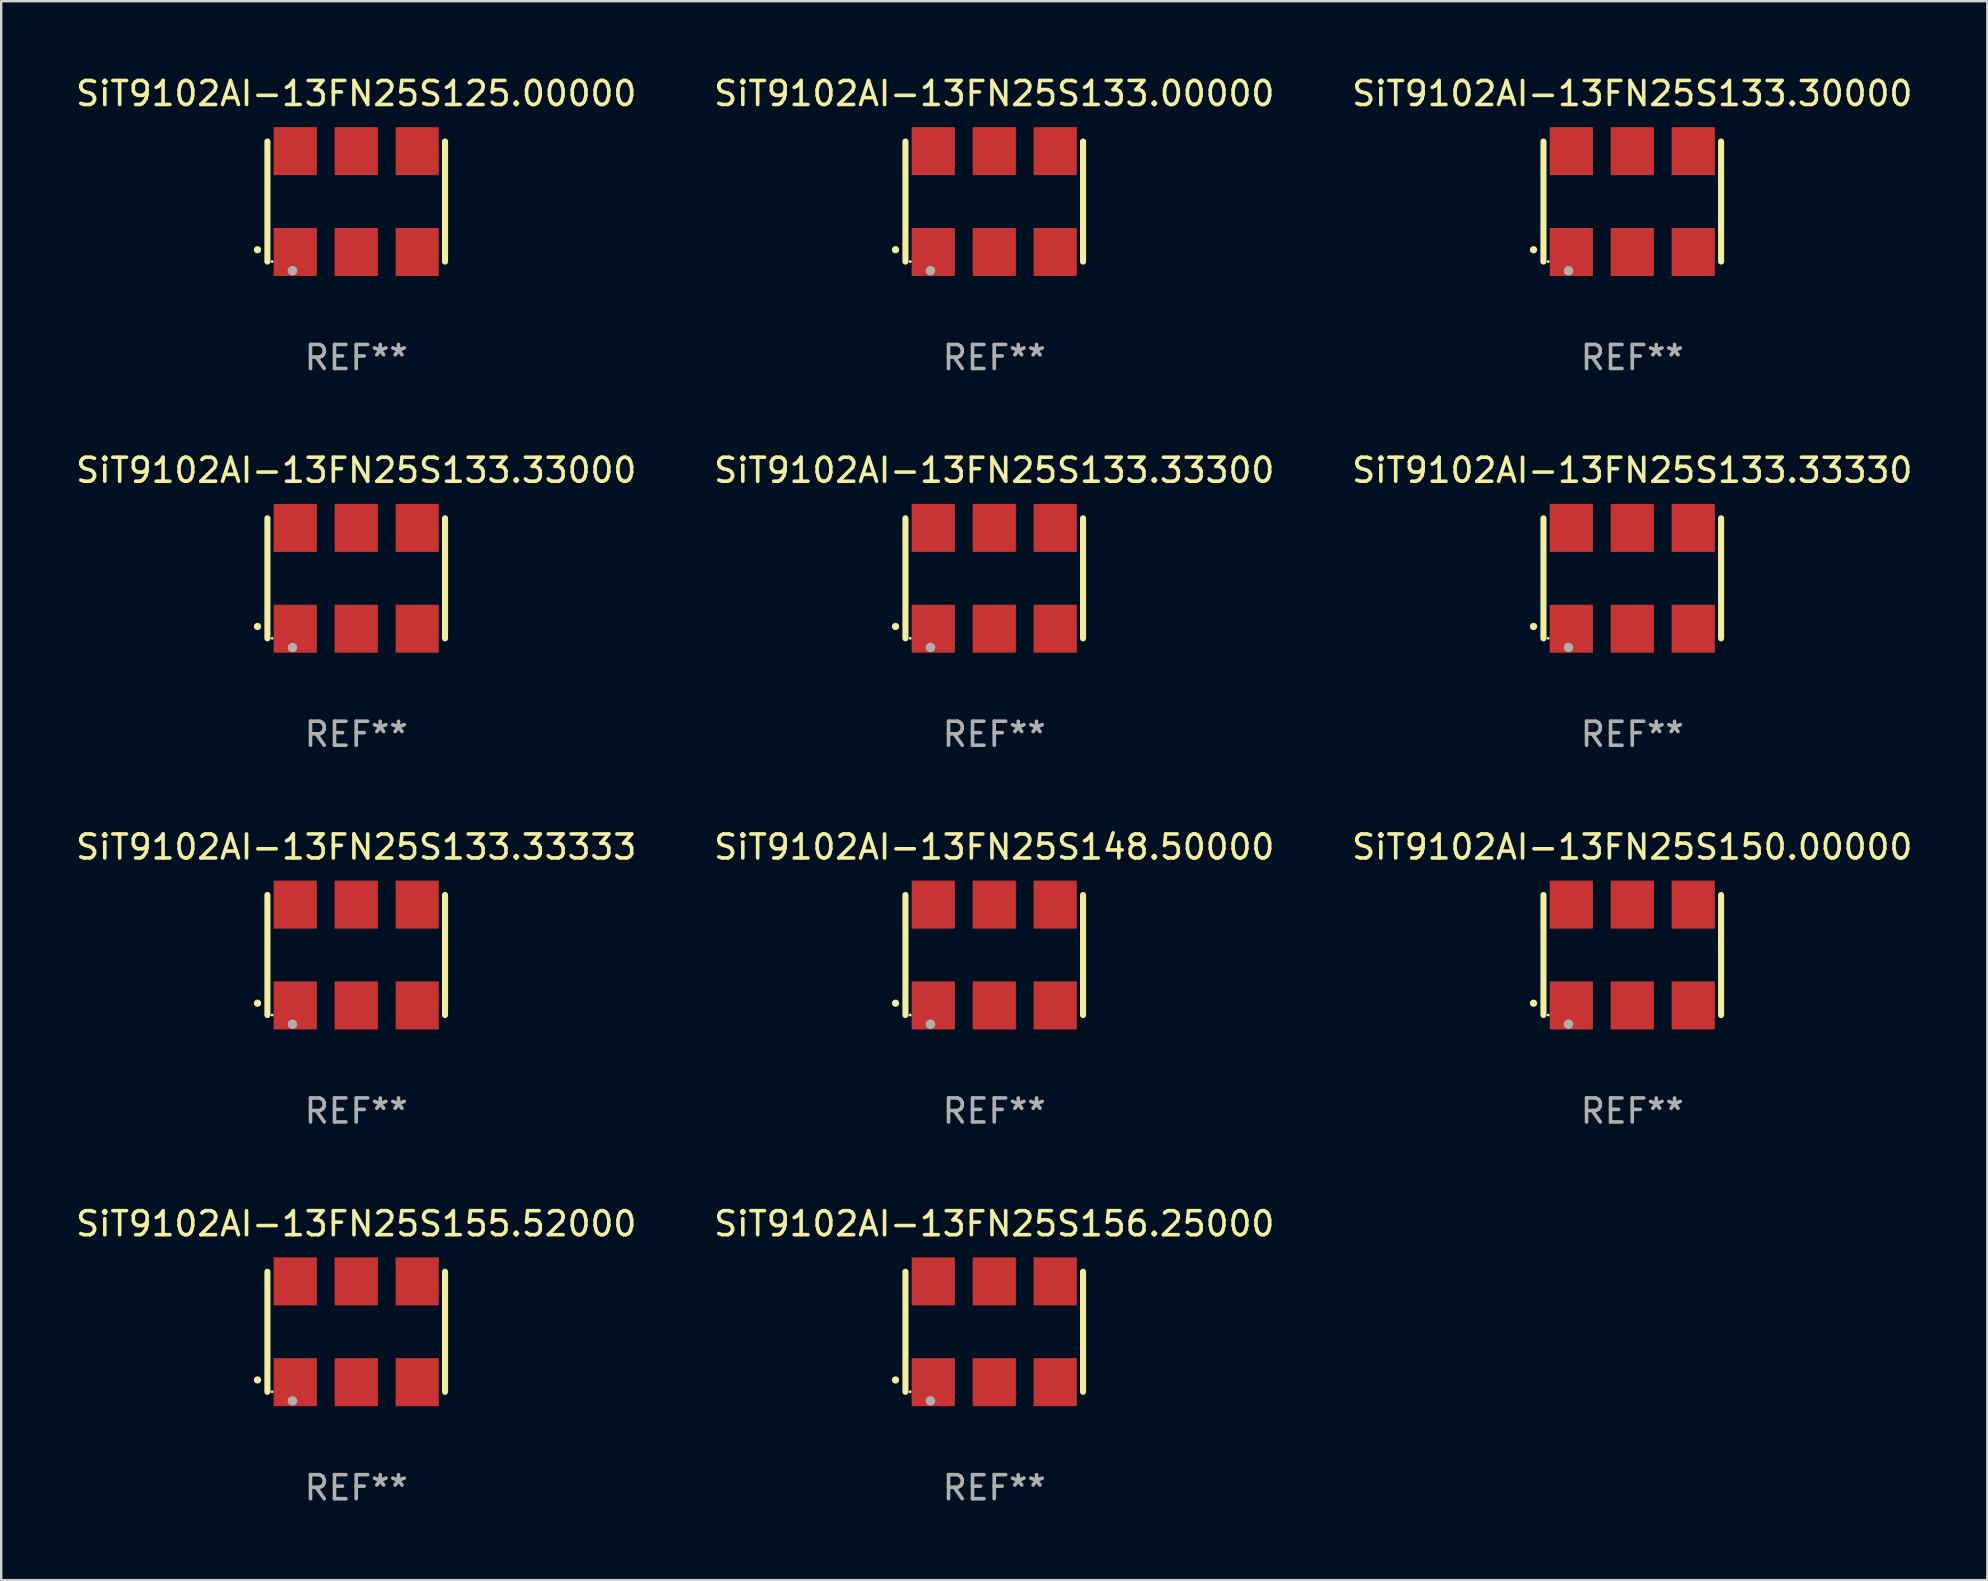
<source format=kicad_pcb>
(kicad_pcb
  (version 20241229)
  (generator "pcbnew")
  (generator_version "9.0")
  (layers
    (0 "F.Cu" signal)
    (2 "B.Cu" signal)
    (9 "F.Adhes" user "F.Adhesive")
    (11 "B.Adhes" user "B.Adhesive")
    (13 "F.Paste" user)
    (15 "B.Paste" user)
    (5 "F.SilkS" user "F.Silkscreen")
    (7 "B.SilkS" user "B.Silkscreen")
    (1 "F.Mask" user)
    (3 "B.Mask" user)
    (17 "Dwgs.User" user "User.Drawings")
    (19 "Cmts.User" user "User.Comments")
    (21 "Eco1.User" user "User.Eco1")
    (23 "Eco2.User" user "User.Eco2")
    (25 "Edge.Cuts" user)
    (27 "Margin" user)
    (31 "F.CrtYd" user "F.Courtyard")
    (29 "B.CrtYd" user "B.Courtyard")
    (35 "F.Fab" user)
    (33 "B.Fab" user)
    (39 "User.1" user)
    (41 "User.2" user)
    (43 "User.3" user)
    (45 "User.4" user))
  (footprint "SiT9102AI-13FN25S133.00000"
    (layer "F.Cu")
    (at 38.375 5.348)
    (property "Reference" "SiT9102AI-13FN25S133.00000" (at 0 -4.5 0) (layer "F.SilkS") (effects (font (size 1 1) (thickness 0.15))))
    (attr through_hole)
    (fp_line (start -3.7 -2.5) (end -3.7 2.5) (stroke (width 0.254) (type solid)) (layer "F.SilkS"))
    (fp_line (start 3.7 -2.5) (end 3.7 2.5) (stroke (width 0.254) (type solid)) (layer "F.SilkS"))
    (fp_arc (start -4.114415 2.006604) (mid -4.113145 2.006599) (end -4.111875 2.006604) (stroke (width 0.3) (type solid)) (layer "F.SilkS"))
    (fp_circle (center -3.502 2.5) (end -3.472 2.5) (stroke (width 0.06) (type solid)) (fill no) (layer "F.SilkS"))
    (fp_circle (center -2.657 2.882) (end -2.557 2.882) (stroke (width 0.2) (type solid)) (fill no) (layer "F.Fab"))
    (fp_text user "REF**" (at 0 6.5 0) (layer "F.Fab") (effects (font (size 1 1) (thickness 0.15))))
    (pad "1" smd rect (at -2.54 2.1) (size 1.8 2) (layers "F.Cu" "F.Mask" "F.Paste"))
    (pad "2" smd rect (at 0.000394 2.1) (size 1.8 2) (layers "F.Cu" "F.Mask" "F.Paste"))
    (pad "3" smd rect (at 2.54 2.1) (size 1.8 2) (layers "F.Cu" "F.Mask" "F.Paste"))
    (pad "4" smd rect (at 2.54 -2.1) (size 1.8 2) (layers "F.Cu" "F.Mask" "F.Paste"))
    (pad "5" smd rect (at 0.000394 -2.1) (size 1.8 2) (layers "F.Cu" "F.Mask" "F.Paste"))
    (pad "6" smd rect (at -2.54 -2.1) (size 1.8 2) (layers "F.Cu" "F.Mask" "F.Paste")))
  (footprint "SiT9102AI-13FN25S156.25000"
    (layer "F.Cu")
    (at 38.375 52.438)
    (property "Reference" "SiT9102AI-13FN25S156.25000" (at 0 -4.5 0) (layer "F.SilkS") (effects (font (size 1 1) (thickness 0.15))))
    (attr through_hole)
    (fp_line (start -3.7 -2.5) (end -3.7 2.5) (stroke (width 0.254) (type solid)) (layer "F.SilkS"))
    (fp_line (start 3.7 -2.5) (end 3.7 2.5) (stroke (width 0.254) (type solid)) (layer "F.SilkS"))
    (fp_arc (start -4.114415 2.006604) (mid -4.113145 2.006599) (end -4.111875 2.006604) (stroke (width 0.3) (type solid)) (layer "F.SilkS"))
    (fp_circle (center -3.502 2.5) (end -3.472 2.5) (stroke (width 0.06) (type solid)) (fill no) (layer "F.SilkS"))
    (fp_circle (center -2.657 2.882) (end -2.557 2.882) (stroke (width 0.2) (type solid)) (fill no) (layer "F.Fab"))
    (fp_text user "REF**" (at 0 6.5 0) (layer "F.Fab") (effects (font (size 1 1) (thickness 0.15))))
    (pad "1" smd rect (at -2.54 2.1) (size 1.8 2) (layers "F.Cu" "F.Mask" "F.Paste"))
    (pad "2" smd rect (at 0.000394 2.1) (size 1.8 2) (layers "F.Cu" "F.Mask" "F.Paste"))
    (pad "3" smd rect (at 2.54 2.1) (size 1.8 2) (layers "F.Cu" "F.Mask" "F.Paste"))
    (pad "4" smd rect (at 2.54 -2.1) (size 1.8 2) (layers "F.Cu" "F.Mask" "F.Paste"))
    (pad "5" smd rect (at 0.000394 -2.1) (size 1.8 2) (layers "F.Cu" "F.Mask" "F.Paste"))
    (pad "6" smd rect (at -2.54 -2.1) (size 1.8 2) (layers "F.Cu" "F.Mask" "F.Paste")))
  (footprint "SiT9102AI-13FN25S148.50000"
    (layer "F.Cu")
    (at 38.375 36.741)
    (property "Reference" "SiT9102AI-13FN25S148.50000" (at 0 -4.5 0) (layer "F.SilkS") (effects (font (size 1 1) (thickness 0.15))))
    (attr through_hole)
    (fp_line (start -3.7 -2.5) (end -3.7 2.5) (stroke (width 0.254) (type solid)) (layer "F.SilkS"))
    (fp_line (start 3.7 -2.5) (end 3.7 2.5) (stroke (width 0.254) (type solid)) (layer "F.SilkS"))
    (fp_arc (start -4.114415 2.006604) (mid -4.113145 2.006599) (end -4.111875 2.006604) (stroke (width 0.3) (type solid)) (layer "F.SilkS"))
    (fp_circle (center -3.502 2.5) (end -3.472 2.5) (stroke (width 0.06) (type solid)) (fill no) (layer "F.SilkS"))
    (fp_circle (center -2.657 2.882) (end -2.557 2.882) (stroke (width 0.2) (type solid)) (fill no) (layer "F.Fab"))
    (fp_text user "REF**" (at 0 6.5 0) (layer "F.Fab") (effects (font (size 1 1) (thickness 0.15))))
    (pad "1" smd rect (at -2.54 2.1) (size 1.8 2) (layers "F.Cu" "F.Mask" "F.Paste"))
    (pad "2" smd rect (at 0.000394 2.1) (size 1.8 2) (layers "F.Cu" "F.Mask" "F.Paste"))
    (pad "3" smd rect (at 2.54 2.1) (size 1.8 2) (layers "F.Cu" "F.Mask" "F.Paste"))
    (pad "4" smd rect (at 2.54 -2.1) (size 1.8 2) (layers "F.Cu" "F.Mask" "F.Paste"))
    (pad "5" smd rect (at 0.000394 -2.1) (size 1.8 2) (layers "F.Cu" "F.Mask" "F.Paste"))
    (pad "6" smd rect (at -2.54 -2.1) (size 1.8 2) (layers "F.Cu" "F.Mask" "F.Paste")))
  (footprint "SiT9102AI-13FN25S125.00000"
    (layer "F.Cu")
    (at 11.792 5.348)
    (property "Reference" "SiT9102AI-13FN25S125.00000" (at 0 -4.5 0) (layer "F.SilkS") (effects (font (size 1 1) (thickness 0.15))))
    (attr through_hole)
    (fp_line (start -3.7 -2.5) (end -3.7 2.5) (stroke (width 0.254) (type solid)) (layer "F.SilkS"))
    (fp_line (start 3.7 -2.5) (end 3.7 2.5) (stroke (width 0.254) (type solid)) (layer "F.SilkS"))
    (fp_arc (start -4.114415 2.006604) (mid -4.113145 2.006599) (end -4.111875 2.006604) (stroke (width 0.3) (type solid)) (layer "F.SilkS"))
    (fp_circle (center -3.502 2.5) (end -3.472 2.5) (stroke (width 0.06) (type solid)) (fill no) (layer "F.SilkS"))
    (fp_circle (center -2.657 2.882) (end -2.557 2.882) (stroke (width 0.2) (type solid)) (fill no) (layer "F.Fab"))
    (fp_text user "REF**" (at 0 6.5 0) (layer "F.Fab") (effects (font (size 1 1) (thickness 0.15))))
    (pad "1" smd rect (at -2.54 2.1) (size 1.8 2) (layers "F.Cu" "F.Mask" "F.Paste"))
    (pad "2" smd rect (at 0.000394 2.1) (size 1.8 2) (layers "F.Cu" "F.Mask" "F.Paste"))
    (pad "3" smd rect (at 2.54 2.1) (size 1.8 2) (layers "F.Cu" "F.Mask" "F.Paste"))
    (pad "4" smd rect (at 2.54 -2.1) (size 1.8 2) (layers "F.Cu" "F.Mask" "F.Paste"))
    (pad "5" smd rect (at 0.000394 -2.1) (size 1.8 2) (layers "F.Cu" "F.Mask" "F.Paste"))
    (pad "6" smd rect (at -2.54 -2.1) (size 1.8 2) (layers "F.Cu" "F.Mask" "F.Paste")))
  (footprint "SiT9102AI-13FN25S133.33333"
    (layer "F.Cu")
    (at 11.792 36.741)
    (property "Reference" "SiT9102AI-13FN25S133.33333" (at 0 -4.5 0) (layer "F.SilkS") (effects (font (size 1 1) (thickness 0.15))))
    (attr through_hole)
    (fp_line (start -3.7 -2.5) (end -3.7 2.5) (stroke (width 0.254) (type solid)) (layer "F.SilkS"))
    (fp_line (start 3.7 -2.5) (end 3.7 2.5) (stroke (width 0.254) (type solid)) (layer "F.SilkS"))
    (fp_arc (start -4.114415 2.006604) (mid -4.113145 2.006599) (end -4.111875 2.006604) (stroke (width 0.3) (type solid)) (layer "F.SilkS"))
    (fp_circle (center -3.502 2.5) (end -3.472 2.5) (stroke (width 0.06) (type solid)) (fill no) (layer "F.SilkS"))
    (fp_circle (center -2.657 2.882) (end -2.557 2.882) (stroke (width 0.2) (type solid)) (fill no) (layer "F.Fab"))
    (fp_text user "REF**" (at 0 6.5 0) (layer "F.Fab") (effects (font (size 1 1) (thickness 0.15))))
    (pad "1" smd rect (at -2.54 2.1) (size 1.8 2) (layers "F.Cu" "F.Mask" "F.Paste"))
    (pad "2" smd rect (at 0.000394 2.1) (size 1.8 2) (layers "F.Cu" "F.Mask" "F.Paste"))
    (pad "3" smd rect (at 2.54 2.1) (size 1.8 2) (layers "F.Cu" "F.Mask" "F.Paste"))
    (pad "4" smd rect (at 2.54 -2.1) (size 1.8 2) (layers "F.Cu" "F.Mask" "F.Paste"))
    (pad "5" smd rect (at 0.000394 -2.1) (size 1.8 2) (layers "F.Cu" "F.Mask" "F.Paste"))
    (pad "6" smd rect (at -2.54 -2.1) (size 1.8 2) (layers "F.Cu" "F.Mask" "F.Paste")))
  (footprint "SiT9102AI-13FN25S155.52000"
    (layer "F.Cu")
    (at 11.792 52.438)
    (property "Reference" "SiT9102AI-13FN25S155.52000" (at 0 -4.5 0) (layer "F.SilkS") (effects (font (size 1 1) (thickness 0.15))))
    (attr through_hole)
    (fp_line (start -3.7 -2.5) (end -3.7 2.5) (stroke (width 0.254) (type solid)) (layer "F.SilkS"))
    (fp_line (start 3.7 -2.5) (end 3.7 2.5) (stroke (width 0.254) (type solid)) (layer "F.SilkS"))
    (fp_arc (start -4.114415 2.006604) (mid -4.113145 2.006599) (end -4.111875 2.006604) (stroke (width 0.3) (type solid)) (layer "F.SilkS"))
    (fp_circle (center -3.502 2.5) (end -3.472 2.5) (stroke (width 0.06) (type solid)) (fill no) (layer "F.SilkS"))
    (fp_circle (center -2.657 2.882) (end -2.557 2.882) (stroke (width 0.2) (type solid)) (fill no) (layer "F.Fab"))
    (fp_text user "REF**" (at 0 6.5 0) (layer "F.Fab") (effects (font (size 1 1) (thickness 0.15))))
    (pad "1" smd rect (at -2.54 2.1) (size 1.8 2) (layers "F.Cu" "F.Mask" "F.Paste"))
    (pad "2" smd rect (at 0.000394 2.1) (size 1.8 2) (layers "F.Cu" "F.Mask" "F.Paste"))
    (pad "3" smd rect (at 2.54 2.1) (size 1.8 2) (layers "F.Cu" "F.Mask" "F.Paste"))
    (pad "4" smd rect (at 2.54 -2.1) (size 1.8 2) (layers "F.Cu" "F.Mask" "F.Paste"))
    (pad "5" smd rect (at 0.000394 -2.1) (size 1.8 2) (layers "F.Cu" "F.Mask" "F.Paste"))
    (pad "6" smd rect (at -2.54 -2.1) (size 1.8 2) (layers "F.Cu" "F.Mask" "F.Paste")))
  (footprint "SiT9102AI-13FN25S150.00000"
    (layer "F.Cu")
    (at 64.958 36.741)
    (property "Reference" "SiT9102AI-13FN25S150.00000" (at 0 -4.5 0) (layer "F.SilkS") (effects (font (size 1 1) (thickness 0.15))))
    (attr through_hole)
    (fp_line (start -3.7 -2.5) (end -3.7 2.5) (stroke (width 0.254) (type solid)) (layer "F.SilkS"))
    (fp_line (start 3.7 -2.5) (end 3.7 2.5) (stroke (width 0.254) (type solid)) (layer "F.SilkS"))
    (fp_arc (start -4.114415 2.006604) (mid -4.113145 2.006599) (end -4.111875 2.006604) (stroke (width 0.3) (type solid)) (layer "F.SilkS"))
    (fp_circle (center -3.502 2.5) (end -3.472 2.5) (stroke (width 0.06) (type solid)) (fill no) (layer "F.SilkS"))
    (fp_circle (center -2.657 2.882) (end -2.557 2.882) (stroke (width 0.2) (type solid)) (fill no) (layer "F.Fab"))
    (fp_text user "REF**" (at 0 6.5 0) (layer "F.Fab") (effects (font (size 1 1) (thickness 0.15))))
    (pad "1" smd rect (at -2.54 2.1) (size 1.8 2) (layers "F.Cu" "F.Mask" "F.Paste"))
    (pad "2" smd rect (at 0.000394 2.1) (size 1.8 2) (layers "F.Cu" "F.Mask" "F.Paste"))
    (pad "3" smd rect (at 2.54 2.1) (size 1.8 2) (layers "F.Cu" "F.Mask" "F.Paste"))
    (pad "4" smd rect (at 2.54 -2.1) (size 1.8 2) (layers "F.Cu" "F.Mask" "F.Paste"))
    (pad "5" smd rect (at 0.000394 -2.1) (size 1.8 2) (layers "F.Cu" "F.Mask" "F.Paste"))
    (pad "6" smd rect (at -2.54 -2.1) (size 1.8 2) (layers "F.Cu" "F.Mask" "F.Paste")))
  (footprint "SiT9102AI-13FN25S133.30000"
    (layer "F.Cu")
    (at 64.958 5.348)
    (property "Reference" "SiT9102AI-13FN25S133.30000" (at 0 -4.5 0) (layer "F.SilkS") (effects (font (size 1 1) (thickness 0.15))))
    (attr through_hole)
    (fp_line (start -3.7 -2.5) (end -3.7 2.5) (stroke (width 0.254) (type solid)) (layer "F.SilkS"))
    (fp_line (start 3.7 -2.5) (end 3.7 2.5) (stroke (width 0.254) (type solid)) (layer "F.SilkS"))
    (fp_arc (start -4.114415 2.006604) (mid -4.113145 2.006599) (end -4.111875 2.006604) (stroke (width 0.3) (type solid)) (layer "F.SilkS"))
    (fp_circle (center -3.502 2.5) (end -3.472 2.5) (stroke (width 0.06) (type solid)) (fill no) (layer "F.SilkS"))
    (fp_circle (center -2.657 2.882) (end -2.557 2.882) (stroke (width 0.2) (type solid)) (fill no) (layer "F.Fab"))
    (fp_text user "REF**" (at 0 6.5 0) (layer "F.Fab") (effects (font (size 1 1) (thickness 0.15))))
    (pad "1" smd rect (at -2.54 2.1) (size 1.8 2) (layers "F.Cu" "F.Mask" "F.Paste"))
    (pad "2" smd rect (at 0.000394 2.1) (size 1.8 2) (layers "F.Cu" "F.Mask" "F.Paste"))
    (pad "3" smd rect (at 2.54 2.1) (size 1.8 2) (layers "F.Cu" "F.Mask" "F.Paste"))
    (pad "4" smd rect (at 2.54 -2.1) (size 1.8 2) (layers "F.Cu" "F.Mask" "F.Paste"))
    (pad "5" smd rect (at 0.000394 -2.1) (size 1.8 2) (layers "F.Cu" "F.Mask" "F.Paste"))
    (pad "6" smd rect (at -2.54 -2.1) (size 1.8 2) (layers "F.Cu" "F.Mask" "F.Paste")))
  (footprint "SiT9102AI-13FN25S133.33300"
    (layer "F.Cu")
    (at 38.375 21.045)
    (property "Reference" "SiT9102AI-13FN25S133.33300" (at 0 -4.5 0) (layer "F.SilkS") (effects (font (size 1 1) (thickness 0.15))))
    (attr through_hole)
    (fp_line (start -3.7 -2.5) (end -3.7 2.5) (stroke (width 0.254) (type solid)) (layer "F.SilkS"))
    (fp_line (start 3.7 -2.5) (end 3.7 2.5) (stroke (width 0.254) (type solid)) (layer "F.SilkS"))
    (fp_arc (start -4.114415 2.006604) (mid -4.113145 2.006599) (end -4.111875 2.006604) (stroke (width 0.3) (type solid)) (layer "F.SilkS"))
    (fp_circle (center -3.502 2.5) (end -3.472 2.5) (stroke (width 0.06) (type solid)) (fill no) (layer "F.SilkS"))
    (fp_circle (center -2.657 2.882) (end -2.557 2.882) (stroke (width 0.2) (type solid)) (fill no) (layer "F.Fab"))
    (fp_text user "REF**" (at 0 6.5 0) (layer "F.Fab") (effects (font (size 1 1) (thickness 0.15))))
    (pad "1" smd rect (at -2.54 2.1) (size 1.8 2) (layers "F.Cu" "F.Mask" "F.Paste"))
    (pad "2" smd rect (at 0.000394 2.1) (size 1.8 2) (layers "F.Cu" "F.Mask" "F.Paste"))
    (pad "3" smd rect (at 2.54 2.1) (size 1.8 2) (layers "F.Cu" "F.Mask" "F.Paste"))
    (pad "4" smd rect (at 2.54 -2.1) (size 1.8 2) (layers "F.Cu" "F.Mask" "F.Paste"))
    (pad "5" smd rect (at 0.000394 -2.1) (size 1.8 2) (layers "F.Cu" "F.Mask" "F.Paste"))
    (pad "6" smd rect (at -2.54 -2.1) (size 1.8 2) (layers "F.Cu" "F.Mask" "F.Paste")))
  (footprint "SiT9102AI-13FN25S133.33000"
    (layer "F.Cu")
    (at 11.792 21.045)
    (property "Reference" "SiT9102AI-13FN25S133.33000" (at 0 -4.5 0) (layer "F.SilkS") (effects (font (size 1 1) (thickness 0.15))))
    (attr through_hole)
    (fp_line (start -3.7 -2.5) (end -3.7 2.5) (stroke (width 0.254) (type solid)) (layer "F.SilkS"))
    (fp_line (start 3.7 -2.5) (end 3.7 2.5) (stroke (width 0.254) (type solid)) (layer "F.SilkS"))
    (fp_arc (start -4.114415 2.006604) (mid -4.113145 2.006599) (end -4.111875 2.006604) (stroke (width 0.3) (type solid)) (layer "F.SilkS"))
    (fp_circle (center -3.502 2.5) (end -3.472 2.5) (stroke (width 0.06) (type solid)) (fill no) (layer "F.SilkS"))
    (fp_circle (center -2.657 2.882) (end -2.557 2.882) (stroke (width 0.2) (type solid)) (fill no) (layer "F.Fab"))
    (fp_text user "REF**" (at 0 6.5 0) (layer "F.Fab") (effects (font (size 1 1) (thickness 0.15))))
    (pad "1" smd rect (at -2.54 2.1) (size 1.8 2) (layers "F.Cu" "F.Mask" "F.Paste"))
    (pad "2" smd rect (at 0.000394 2.1) (size 1.8 2) (layers "F.Cu" "F.Mask" "F.Paste"))
    (pad "3" smd rect (at 2.54 2.1) (size 1.8 2) (layers "F.Cu" "F.Mask" "F.Paste"))
    (pad "4" smd rect (at 2.54 -2.1) (size 1.8 2) (layers "F.Cu" "F.Mask" "F.Paste"))
    (pad "5" smd rect (at 0.000394 -2.1) (size 1.8 2) (layers "F.Cu" "F.Mask" "F.Paste"))
    (pad "6" smd rect (at -2.54 -2.1) (size 1.8 2) (layers "F.Cu" "F.Mask" "F.Paste")))
  (footprint "SiT9102AI-13FN25S133.33330"
    (layer "F.Cu")
    (at 64.958 21.045)
    (property "Reference" "SiT9102AI-13FN25S133.33330" (at 0 -4.5 0) (layer "F.SilkS") (effects (font (size 1 1) (thickness 0.15))))
    (attr through_hole)
    (fp_line (start -3.7 -2.5) (end -3.7 2.5) (stroke (width 0.254) (type solid)) (layer "F.SilkS"))
    (fp_line (start 3.7 -2.5) (end 3.7 2.5) (stroke (width 0.254) (type solid)) (layer "F.SilkS"))
    (fp_arc (start -4.114415 2.006604) (mid -4.113145 2.006599) (end -4.111875 2.006604) (stroke (width 0.3) (type solid)) (layer "F.SilkS"))
    (fp_circle (center -3.502 2.5) (end -3.472 2.5) (stroke (width 0.06) (type solid)) (fill no) (layer "F.SilkS"))
    (fp_circle (center -2.657 2.882) (end -2.557 2.882) (stroke (width 0.2) (type solid)) (fill no) (layer "F.Fab"))
    (fp_text user "REF**" (at 0 6.5 0) (layer "F.Fab") (effects (font (size 1 1) (thickness 0.15))))
    (pad "1" smd rect (at -2.54 2.1) (size 1.8 2) (layers "F.Cu" "F.Mask" "F.Paste"))
    (pad "2" smd rect (at 0.000394 2.1) (size 1.8 2) (layers "F.Cu" "F.Mask" "F.Paste"))
    (pad "3" smd rect (at 2.54 2.1) (size 1.8 2) (layers "F.Cu" "F.Mask" "F.Paste"))
    (pad "4" smd rect (at 2.54 -2.1) (size 1.8 2) (layers "F.Cu" "F.Mask" "F.Paste"))
    (pad "5" smd rect (at 0.000394 -2.1) (size 1.8 2) (layers "F.Cu" "F.Mask" "F.Paste"))
    (pad "6" smd rect (at -2.54 -2.1) (size 1.8 2) (layers "F.Cu" "F.Mask" "F.Paste")))
  (gr_rect
    (start -3 -3)
    (end 79.75 62.786)
    (stroke (width 0.1) (type default))
    (fill no)
    (layer "Edge.Cuts")))
</source>
